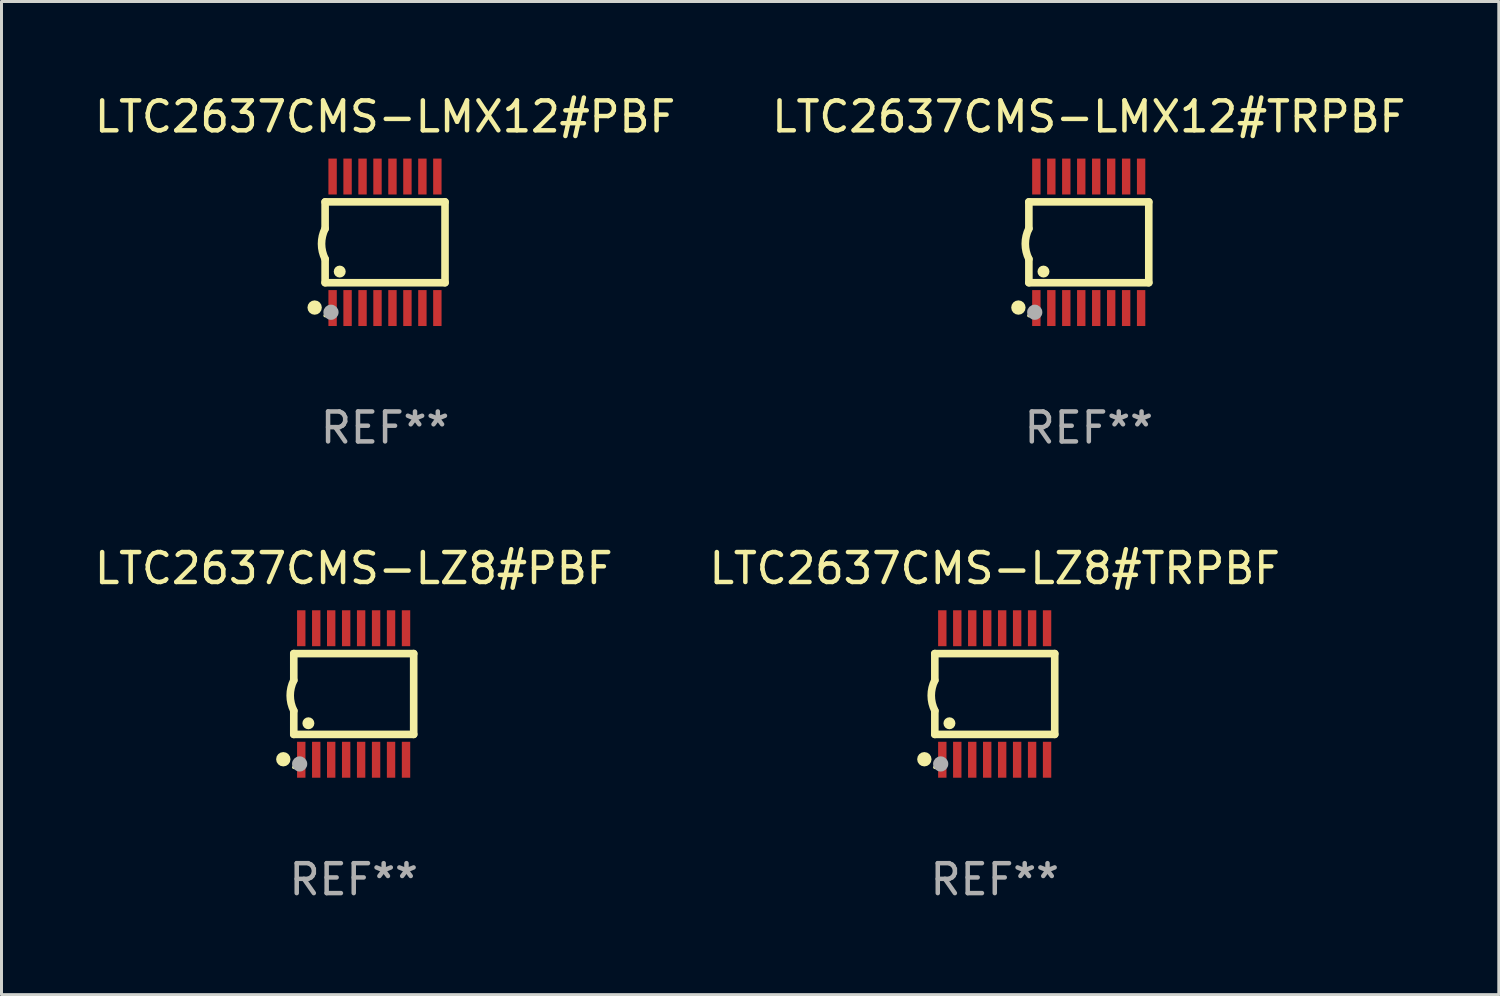
<source format=kicad_pcb>
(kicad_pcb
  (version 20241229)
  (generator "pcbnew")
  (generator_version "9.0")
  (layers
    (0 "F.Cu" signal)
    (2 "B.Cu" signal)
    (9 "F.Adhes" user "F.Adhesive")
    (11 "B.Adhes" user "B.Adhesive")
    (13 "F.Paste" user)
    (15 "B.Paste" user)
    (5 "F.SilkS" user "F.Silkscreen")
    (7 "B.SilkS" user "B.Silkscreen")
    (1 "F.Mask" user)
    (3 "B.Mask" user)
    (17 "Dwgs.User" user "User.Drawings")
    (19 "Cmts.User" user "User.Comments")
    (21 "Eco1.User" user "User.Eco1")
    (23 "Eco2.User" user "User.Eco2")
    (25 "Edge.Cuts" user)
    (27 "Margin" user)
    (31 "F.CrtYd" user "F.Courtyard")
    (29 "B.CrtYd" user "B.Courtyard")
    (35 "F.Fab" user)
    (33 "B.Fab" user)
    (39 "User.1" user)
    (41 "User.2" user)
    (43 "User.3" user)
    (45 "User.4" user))
  (footprint "LTC2637CMS-LZ8#PBF"
    (layer "F.Cu")
    (at 8.768 20.136)
    (property "Reference" "LTC2637CMS-LZ8#PBF" (at 0 -4.197 0) (layer "F.SilkS") (effects (font (size 1 1) (thickness 0.15))))
    (attr through_hole)
    (fp_line (start -2.003 -1.35) (end -2.003 -0.457) (stroke (width 0.254) (type solid)) (layer "F.SilkS"))
    (fp_line (start -2.003 -1.35) (end 2.003 -1.35) (stroke (width 0.254) (type solid)) (layer "F.SilkS"))
    (fp_line (start -2.003 1.35) (end -2.003 0.559) (stroke (width 0.254) (type solid)) (layer "F.SilkS"))
    (fp_line (start -2.003 1.35) (end 2.003 1.35) (stroke (width 0.254) (type solid)) (layer "F.SilkS"))
    (fp_line (start 2.003 -1.35) (end 2.003 1.35) (stroke (width 0.254) (type solid)) (layer "F.SilkS"))
    (fp_arc (start -2.002286 0.558802) (mid -2.122556 0.05092) (end -2.003302 -0.457201) (stroke (width 0.254001) (type solid)) (layer "F.SilkS"))
    (fp_circle (center -2.353 2.18) (end -2.233 2.18) (stroke (width 0.24) (type solid)) (fill no) (layer "F.SilkS"))
    (fp_circle (center -2.003 2.45) (end -1.973 2.45) (stroke (width 0.06) (type solid)) (fill no) (layer "F.SilkS"))
    (fp_circle (center -1.515 0.978) (end -1.415 0.978) (stroke (width 0.2) (type solid)) (fill no) (layer "F.SilkS"))
    (fp_circle (center -1.807 2.337) (end -1.68 2.337) (stroke (width 0.254) (type solid)) (fill no) (layer "F.Fab"))
    (fp_text user "REF**" (at 0 6.197 0) (layer "F.Fab") (effects (font (size 1 1) (thickness 0.15))))
    (pad "1" smd rect (at -1.753 2.197 90) (size 1.2 0.28) (layers "F.Cu" "F.Mask" "F.Paste"))
    (pad "2" smd rect (at -1.253 2.197 90) (size 1.2 0.28) (layers "F.Cu" "F.Mask" "F.Paste"))
    (pad "3" smd rect (at -0.753 2.197 90) (size 1.2 0.28) (layers "F.Cu" "F.Mask" "F.Paste"))
    (pad "4" smd rect (at -0.253 2.197 90) (size 1.2 0.28) (layers "F.Cu" "F.Mask" "F.Paste"))
    (pad "5" smd rect (at 0.247 2.197 90) (size 1.2 0.28) (layers "F.Cu" "F.Mask" "F.Paste"))
    (pad "6" smd rect (at 0.747 2.197 90) (size 1.2 0.28) (layers "F.Cu" "F.Mask" "F.Paste"))
    (pad "7" smd rect (at 1.247 2.197 90) (size 1.2 0.28) (layers "F.Cu" "F.Mask" "F.Paste"))
    (pad "8" smd rect (at 1.747 2.197 90) (size 1.2 0.28) (layers "F.Cu" "F.Mask" "F.Paste"))
    (pad "9" smd rect (at 1.747 -2.197 90) (size 1.2 0.28) (layers "F.Cu" "F.Mask" "F.Paste"))
    (pad "10" smd rect (at 1.247 -2.197 90) (size 1.2 0.28) (layers "F.Cu" "F.Mask" "F.Paste"))
    (pad "11" smd rect (at 0.747 -2.197 90) (size 1.2 0.28) (layers "F.Cu" "F.Mask" "F.Paste"))
    (pad "12" smd rect (at 0.247 -2.197 90) (size 1.2 0.28) (layers "F.Cu" "F.Mask" "F.Paste"))
    (pad "13" smd rect (at -0.253 -2.197 90) (size 1.2 0.28) (layers "F.Cu" "F.Mask" "F.Paste"))
    (pad "14" smd rect (at -0.753 -2.197 90) (size 1.2 0.28) (layers "F.Cu" "F.Mask" "F.Paste"))
    (pad "15" smd rect (at -1.253 -2.197 90) (size 1.2 0.28) (layers "F.Cu" "F.Mask" "F.Paste"))
    (pad "16" smd rect (at -1.753 -2.197 90) (size 1.2 0.28) (layers "F.Cu" "F.Mask" "F.Paste")))
  (footprint "LTC2637CMS-LZ8#TRPBF"
    (layer "F.Cu")
    (at 30.185 20.136)
    (property "Reference" "LTC2637CMS-LZ8#TRPBF" (at 0 -4.197 0) (layer "F.SilkS") (effects (font (size 1 1) (thickness 0.15))))
    (attr through_hole)
    (fp_line (start -2.003 -1.35) (end -2.003 -0.457) (stroke (width 0.254) (type solid)) (layer "F.SilkS"))
    (fp_line (start -2.003 -1.35) (end 2.003 -1.35) (stroke (width 0.254) (type solid)) (layer "F.SilkS"))
    (fp_line (start -2.003 1.35) (end -2.003 0.559) (stroke (width 0.254) (type solid)) (layer "F.SilkS"))
    (fp_line (start -2.003 1.35) (end 2.003 1.35) (stroke (width 0.254) (type solid)) (layer "F.SilkS"))
    (fp_line (start 2.003 -1.35) (end 2.003 1.35) (stroke (width 0.254) (type solid)) (layer "F.SilkS"))
    (fp_arc (start -2.002286 0.558802) (mid -2.122556 0.05092) (end -2.003302 -0.457201) (stroke (width 0.254001) (type solid)) (layer "F.SilkS"))
    (fp_circle (center -2.353 2.18) (end -2.233 2.18) (stroke (width 0.24) (type solid)) (fill no) (layer "F.SilkS"))
    (fp_circle (center -2.003 2.45) (end -1.973 2.45) (stroke (width 0.06) (type solid)) (fill no) (layer "F.SilkS"))
    (fp_circle (center -1.515 0.978) (end -1.415 0.978) (stroke (width 0.2) (type solid)) (fill no) (layer "F.SilkS"))
    (fp_circle (center -1.807 2.337) (end -1.68 2.337) (stroke (width 0.254) (type solid)) (fill no) (layer "F.Fab"))
    (fp_text user "REF**" (at 0 6.197 0) (layer "F.Fab") (effects (font (size 1 1) (thickness 0.15))))
    (pad "1" smd rect (at -1.753 2.197 90) (size 1.2 0.28) (layers "F.Cu" "F.Mask" "F.Paste"))
    (pad "2" smd rect (at -1.253 2.197 90) (size 1.2 0.28) (layers "F.Cu" "F.Mask" "F.Paste"))
    (pad "3" smd rect (at -0.753 2.197 90) (size 1.2 0.28) (layers "F.Cu" "F.Mask" "F.Paste"))
    (pad "4" smd rect (at -0.253 2.197 90) (size 1.2 0.28) (layers "F.Cu" "F.Mask" "F.Paste"))
    (pad "5" smd rect (at 0.247 2.197 90) (size 1.2 0.28) (layers "F.Cu" "F.Mask" "F.Paste"))
    (pad "6" smd rect (at 0.747 2.197 90) (size 1.2 0.28) (layers "F.Cu" "F.Mask" "F.Paste"))
    (pad "7" smd rect (at 1.247 2.197 90) (size 1.2 0.28) (layers "F.Cu" "F.Mask" "F.Paste"))
    (pad "8" smd rect (at 1.747 2.197 90) (size 1.2 0.28) (layers "F.Cu" "F.Mask" "F.Paste"))
    (pad "9" smd rect (at 1.747 -2.197 90) (size 1.2 0.28) (layers "F.Cu" "F.Mask" "F.Paste"))
    (pad "10" smd rect (at 1.247 -2.197 90) (size 1.2 0.28) (layers "F.Cu" "F.Mask" "F.Paste"))
    (pad "11" smd rect (at 0.747 -2.197 90) (size 1.2 0.28) (layers "F.Cu" "F.Mask" "F.Paste"))
    (pad "12" smd rect (at 0.247 -2.197 90) (size 1.2 0.28) (layers "F.Cu" "F.Mask" "F.Paste"))
    (pad "13" smd rect (at -0.253 -2.197 90) (size 1.2 0.28) (layers "F.Cu" "F.Mask" "F.Paste"))
    (pad "14" smd rect (at -0.753 -2.197 90) (size 1.2 0.28) (layers "F.Cu" "F.Mask" "F.Paste"))
    (pad "15" smd rect (at -1.253 -2.197 90) (size 1.2 0.28) (layers "F.Cu" "F.Mask" "F.Paste"))
    (pad "16" smd rect (at -1.753 -2.197 90) (size 1.2 0.28) (layers "F.Cu" "F.Mask" "F.Paste")))
  (footprint "LTC2637CMS-LMX12#PBF"
    (layer "F.Cu")
    (at 9.815 5.045)
    (property "Reference" "LTC2637CMS-LMX12#PBF" (at 0 -4.197 0) (layer "F.SilkS") (effects (font (size 1 1) (thickness 0.15))))
    (attr through_hole)
    (fp_line (start -2.003 -1.35) (end -2.003 -0.457) (stroke (width 0.254) (type solid)) (layer "F.SilkS"))
    (fp_line (start -2.003 -1.35) (end 2.003 -1.35) (stroke (width 0.254) (type solid)) (layer "F.SilkS"))
    (fp_line (start -2.003 1.35) (end -2.003 0.559) (stroke (width 0.254) (type solid)) (layer "F.SilkS"))
    (fp_line (start -2.003 1.35) (end 2.003 1.35) (stroke (width 0.254) (type solid)) (layer "F.SilkS"))
    (fp_line (start 2.003 -1.35) (end 2.003 1.35) (stroke (width 0.254) (type solid)) (layer "F.SilkS"))
    (fp_arc (start -2.002286 0.558802) (mid -2.122556 0.05092) (end -2.003302 -0.457201) (stroke (width 0.254001) (type solid)) (layer "F.SilkS"))
    (fp_circle (center -2.353 2.18) (end -2.233 2.18) (stroke (width 0.24) (type solid)) (fill no) (layer "F.SilkS"))
    (fp_circle (center -2.003 2.45) (end -1.973 2.45) (stroke (width 0.06) (type solid)) (fill no) (layer "F.SilkS"))
    (fp_circle (center -1.515 0.978) (end -1.415 0.978) (stroke (width 0.2) (type solid)) (fill no) (layer "F.SilkS"))
    (fp_circle (center -1.807 2.337) (end -1.68 2.337) (stroke (width 0.254) (type solid)) (fill no) (layer "F.Fab"))
    (fp_text user "REF**" (at 0 6.197 0) (layer "F.Fab") (effects (font (size 1 1) (thickness 0.15))))
    (pad "1" smd rect (at -1.753 2.197 90) (size 1.2 0.28) (layers "F.Cu" "F.Mask" "F.Paste"))
    (pad "2" smd rect (at -1.253 2.197 90) (size 1.2 0.28) (layers "F.Cu" "F.Mask" "F.Paste"))
    (pad "3" smd rect (at -0.753 2.197 90) (size 1.2 0.28) (layers "F.Cu" "F.Mask" "F.Paste"))
    (pad "4" smd rect (at -0.253 2.197 90) (size 1.2 0.28) (layers "F.Cu" "F.Mask" "F.Paste"))
    (pad "5" smd rect (at 0.247 2.197 90) (size 1.2 0.28) (layers "F.Cu" "F.Mask" "F.Paste"))
    (pad "6" smd rect (at 0.747 2.197 90) (size 1.2 0.28) (layers "F.Cu" "F.Mask" "F.Paste"))
    (pad "7" smd rect (at 1.247 2.197 90) (size 1.2 0.28) (layers "F.Cu" "F.Mask" "F.Paste"))
    (pad "8" smd rect (at 1.747 2.197 90) (size 1.2 0.28) (layers "F.Cu" "F.Mask" "F.Paste"))
    (pad "9" smd rect (at 1.747 -2.197 90) (size 1.2 0.28) (layers "F.Cu" "F.Mask" "F.Paste"))
    (pad "10" smd rect (at 1.247 -2.197 90) (size 1.2 0.28) (layers "F.Cu" "F.Mask" "F.Paste"))
    (pad "11" smd rect (at 0.747 -2.197 90) (size 1.2 0.28) (layers "F.Cu" "F.Mask" "F.Paste"))
    (pad "12" smd rect (at 0.247 -2.197 90) (size 1.2 0.28) (layers "F.Cu" "F.Mask" "F.Paste"))
    (pad "13" smd rect (at -0.253 -2.197 90) (size 1.2 0.28) (layers "F.Cu" "F.Mask" "F.Paste"))
    (pad "14" smd rect (at -0.753 -2.197 90) (size 1.2 0.28) (layers "F.Cu" "F.Mask" "F.Paste"))
    (pad "15" smd rect (at -1.253 -2.197 90) (size 1.2 0.28) (layers "F.Cu" "F.Mask" "F.Paste"))
    (pad "16" smd rect (at -1.753 -2.197 90) (size 1.2 0.28) (layers "F.Cu" "F.Mask" "F.Paste")))
  (footprint "LTC2637CMS-LMX12#TRPBF"
    (layer "F.Cu")
    (at 33.327 5.045)
    (property "Reference" "LTC2637CMS-LMX12#TRPBF" (at 0 -4.197 0) (layer "F.SilkS") (effects (font (size 1 1) (thickness 0.15))))
    (attr through_hole)
    (fp_line (start -2.003 -1.35) (end -2.003 -0.457) (stroke (width 0.254) (type solid)) (layer "F.SilkS"))
    (fp_line (start -2.003 -1.35) (end 2.003 -1.35) (stroke (width 0.254) (type solid)) (layer "F.SilkS"))
    (fp_line (start -2.003 1.35) (end -2.003 0.559) (stroke (width 0.254) (type solid)) (layer "F.SilkS"))
    (fp_line (start -2.003 1.35) (end 2.003 1.35) (stroke (width 0.254) (type solid)) (layer "F.SilkS"))
    (fp_line (start 2.003 -1.35) (end 2.003 1.35) (stroke (width 0.254) (type solid)) (layer "F.SilkS"))
    (fp_arc (start -2.002286 0.558802) (mid -2.122556 0.05092) (end -2.003302 -0.457201) (stroke (width 0.254001) (type solid)) (layer "F.SilkS"))
    (fp_circle (center -2.353 2.18) (end -2.233 2.18) (stroke (width 0.24) (type solid)) (fill no) (layer "F.SilkS"))
    (fp_circle (center -2.003 2.45) (end -1.973 2.45) (stroke (width 0.06) (type solid)) (fill no) (layer "F.SilkS"))
    (fp_circle (center -1.515 0.978) (end -1.415 0.978) (stroke (width 0.2) (type solid)) (fill no) (layer "F.SilkS"))
    (fp_circle (center -1.807 2.337) (end -1.68 2.337) (stroke (width 0.254) (type solid)) (fill no) (layer "F.Fab"))
    (fp_text user "REF**" (at 0 6.197 0) (layer "F.Fab") (effects (font (size 1 1) (thickness 0.15))))
    (pad "1" smd rect (at -1.753 2.197 90) (size 1.2 0.28) (layers "F.Cu" "F.Mask" "F.Paste"))
    (pad "2" smd rect (at -1.253 2.197 90) (size 1.2 0.28) (layers "F.Cu" "F.Mask" "F.Paste"))
    (pad "3" smd rect (at -0.753 2.197 90) (size 1.2 0.28) (layers "F.Cu" "F.Mask" "F.Paste"))
    (pad "4" smd rect (at -0.253 2.197 90) (size 1.2 0.28) (layers "F.Cu" "F.Mask" "F.Paste"))
    (pad "5" smd rect (at 0.247 2.197 90) (size 1.2 0.28) (layers "F.Cu" "F.Mask" "F.Paste"))
    (pad "6" smd rect (at 0.747 2.197 90) (size 1.2 0.28) (layers "F.Cu" "F.Mask" "F.Paste"))
    (pad "7" smd rect (at 1.247 2.197 90) (size 1.2 0.28) (layers "F.Cu" "F.Mask" "F.Paste"))
    (pad "8" smd rect (at 1.747 2.197 90) (size 1.2 0.28) (layers "F.Cu" "F.Mask" "F.Paste"))
    (pad "9" smd rect (at 1.747 -2.197 90) (size 1.2 0.28) (layers "F.Cu" "F.Mask" "F.Paste"))
    (pad "10" smd rect (at 1.247 -2.197 90) (size 1.2 0.28) (layers "F.Cu" "F.Mask" "F.Paste"))
    (pad "11" smd rect (at 0.747 -2.197 90) (size 1.2 0.28) (layers "F.Cu" "F.Mask" "F.Paste"))
    (pad "12" smd rect (at 0.247 -2.197 90) (size 1.2 0.28) (layers "F.Cu" "F.Mask" "F.Paste"))
    (pad "13" smd rect (at -0.253 -2.197 90) (size 1.2 0.28) (layers "F.Cu" "F.Mask" "F.Paste"))
    (pad "14" smd rect (at -0.753 -2.197 90) (size 1.2 0.28) (layers "F.Cu" "F.Mask" "F.Paste"))
    (pad "15" smd rect (at -1.253 -2.197 90) (size 1.2 0.28) (layers "F.Cu" "F.Mask" "F.Paste"))
    (pad "16" smd rect (at -1.753 -2.197 90) (size 1.2 0.28) (layers "F.Cu" "F.Mask" "F.Paste")))
  (gr_rect
    (start -3 -3)
    (end 47.024 30.181)
    (stroke (width 0.1) (type default))
    (fill no)
    (layer "Edge.Cuts")))
</source>
